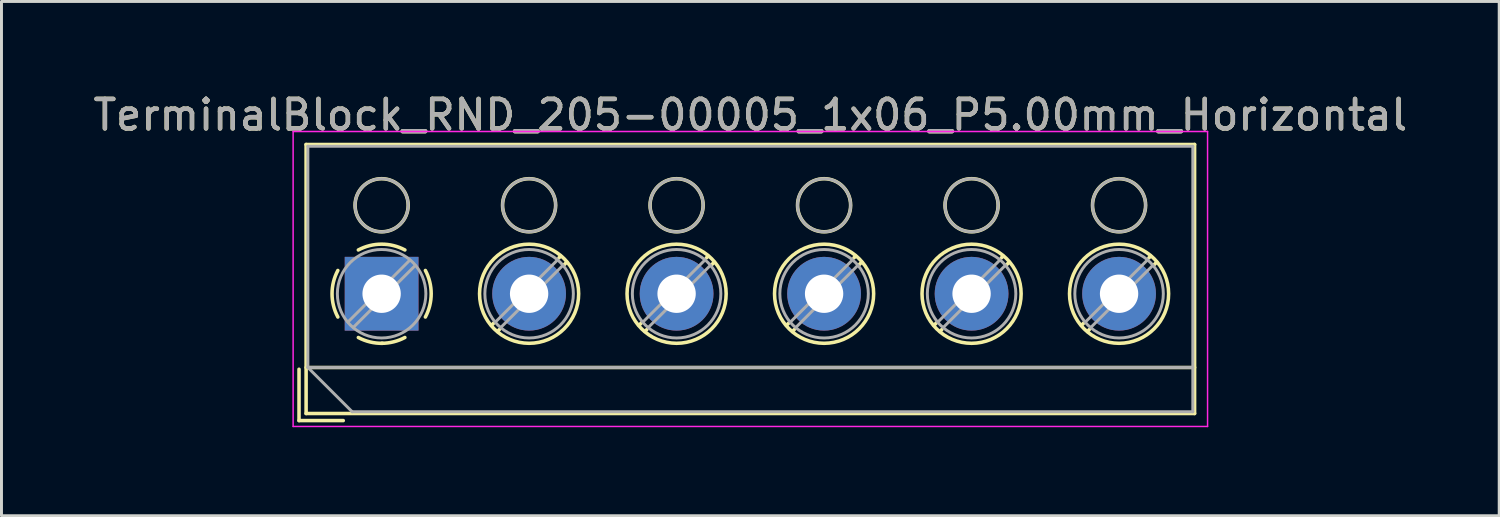
<source format=kicad_pcb>
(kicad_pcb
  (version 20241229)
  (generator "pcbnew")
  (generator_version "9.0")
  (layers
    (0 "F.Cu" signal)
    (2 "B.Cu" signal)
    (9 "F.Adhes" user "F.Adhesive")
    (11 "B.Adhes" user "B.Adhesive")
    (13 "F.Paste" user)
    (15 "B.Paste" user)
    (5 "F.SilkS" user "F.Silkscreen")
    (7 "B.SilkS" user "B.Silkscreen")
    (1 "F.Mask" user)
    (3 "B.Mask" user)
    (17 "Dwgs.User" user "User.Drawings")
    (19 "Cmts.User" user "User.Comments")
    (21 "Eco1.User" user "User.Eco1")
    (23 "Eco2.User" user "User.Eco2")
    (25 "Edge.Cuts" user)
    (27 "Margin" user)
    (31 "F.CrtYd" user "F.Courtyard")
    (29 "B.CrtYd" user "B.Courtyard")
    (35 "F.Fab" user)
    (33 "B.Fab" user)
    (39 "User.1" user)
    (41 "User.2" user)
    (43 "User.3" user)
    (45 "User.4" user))
  (footprint "TerminalBlock_RND_205-00005_1x06_P5.00mm_Horizontal"
    (layer "F.Cu")
    (at 9.887 6.908)
    (property "Reference" "TerminalBlock_RND_205-00005_1x06_P5.00mm_Horizontal" (at 12.5 -6.06 0) (layer "F.SilkS") (effects (font (size 1 1) (thickness 0.15))))
    (attr through_hole)
    (fp_line (start -2.8 2.56) (end -2.8 4.3) (stroke (width 0.12) (type solid)) (layer "F.SilkS"))
    (fp_line (start -2.8 4.3) (end -1.3 4.3) (stroke (width 0.12) (type solid)) (layer "F.SilkS"))
    (fp_line (start -2.56 -5.06) (end -2.56 4.06) (stroke (width 0.12) (type solid)) (layer "F.SilkS"))
    (fp_line (start -2.56 -5.06) (end 27.56 -5.06) (stroke (width 0.12) (type solid)) (layer "F.SilkS"))
    (fp_line (start -2.56 2.5) (end 27.56 2.5) (stroke (width 0.12) (type solid)) (layer "F.SilkS"))
    (fp_line (start -2.56 4.06) (end 27.56 4.06) (stroke (width 0.12) (type solid)) (layer "F.SilkS"))
    (fp_line (start 3.82 0.976) (end 3.726 1.069) (stroke (width 0.12) (type solid)) (layer "F.SilkS"))
    (fp_line (start 3.99 1.216) (end 3.931 1.274) (stroke (width 0.12) (type solid)) (layer "F.SilkS"))
    (fp_line (start 6.07 -1.275) (end 6.011 -1.216) (stroke (width 0.12) (type solid)) (layer "F.SilkS"))
    (fp_line (start 6.275 -1.069) (end 6.181 -0.976) (stroke (width 0.12) (type solid)) (layer "F.SilkS"))
    (fp_line (start 8.82 0.976) (end 8.726 1.069) (stroke (width 0.12) (type solid)) (layer "F.SilkS"))
    (fp_line (start 8.99 1.216) (end 8.931 1.274) (stroke (width 0.12) (type solid)) (layer "F.SilkS"))
    (fp_line (start 11.07 -1.275) (end 11.011 -1.216) (stroke (width 0.12) (type solid)) (layer "F.SilkS"))
    (fp_line (start 11.275 -1.069) (end 11.181 -0.976) (stroke (width 0.12) (type solid)) (layer "F.SilkS"))
    (fp_line (start 13.82 0.976) (end 13.726 1.069) (stroke (width 0.12) (type solid)) (layer "F.SilkS"))
    (fp_line (start 13.99 1.216) (end 13.931 1.274) (stroke (width 0.12) (type solid)) (layer "F.SilkS"))
    (fp_line (start 16.07 -1.275) (end 16.011 -1.216) (stroke (width 0.12) (type solid)) (layer "F.SilkS"))
    (fp_line (start 16.275 -1.069) (end 16.181 -0.976) (stroke (width 0.12) (type solid)) (layer "F.SilkS"))
    (fp_line (start 18.82 0.976) (end 18.726 1.069) (stroke (width 0.12) (type solid)) (layer "F.SilkS"))
    (fp_line (start 18.99 1.216) (end 18.931 1.274) (stroke (width 0.12) (type solid)) (layer "F.SilkS"))
    (fp_line (start 21.07 -1.275) (end 21.011 -1.216) (stroke (width 0.12) (type solid)) (layer "F.SilkS"))
    (fp_line (start 21.275 -1.069) (end 21.181 -0.976) (stroke (width 0.12) (type solid)) (layer "F.SilkS"))
    (fp_line (start 23.82 0.976) (end 23.726 1.069) (stroke (width 0.12) (type solid)) (layer "F.SilkS"))
    (fp_line (start 23.99 1.216) (end 23.931 1.274) (stroke (width 0.12) (type solid)) (layer "F.SilkS"))
    (fp_line (start 26.07 -1.275) (end 26.011 -1.216) (stroke (width 0.12) (type solid)) (layer "F.SilkS"))
    (fp_line (start 26.275 -1.069) (end 26.181 -0.976) (stroke (width 0.12) (type solid)) (layer "F.SilkS"))
    (fp_line (start 27.56 -5.06) (end 27.56 4.06) (stroke (width 0.12) (type solid)) (layer "F.SilkS"))
    (fp_arc (start -1.483953 0.789089) (mid -1.680708 0.00005) (end -1.484 -0.789) (stroke (width 0.12) (type solid)) (layer "F.SilkS"))
    (fp_arc (start -0.789089 -1.483953) (mid -0.00005 -1.680708) (end 0.789 -1.484) (stroke (width 0.12) (type solid)) (layer "F.SilkS"))
    (fp_arc (start 0.029383 1.68045) (mid -0.392304 1.634281) (end -0.789 1.484) (stroke (width 0.12) (type solid)) (layer "F.SilkS"))
    (fp_arc (start 0.788712 1.483352) (mid 0.406429 1.630097) (end 0 1.68) (stroke (width 0.12) (type solid)) (layer "F.SilkS"))
    (fp_arc (start 1.483953 -0.789089) (mid 1.680708 -0.00005) (end 1.484 0.789) (stroke (width 0.12) (type solid)) (layer "F.SilkS"))
    (fp_circle (center 0 -3) (end 0.9 -3) (stroke (width 0.12) (type solid)) (fill no) (layer "F.SilkS"))
    (fp_circle (center 5 -3) (end 5.9 -3) (stroke (width 0.12) (type solid)) (fill no) (layer "F.SilkS"))
    (fp_circle (center 5 0) (end 6.68 0) (stroke (width 0.12) (type solid)) (fill no) (layer "F.SilkS"))
    (fp_circle (center 10 -3) (end 10.9 -3) (stroke (width 0.12) (type solid)) (fill no) (layer "F.SilkS"))
    (fp_circle (center 10 0) (end 11.68 0) (stroke (width 0.12) (type solid)) (fill no) (layer "F.SilkS"))
    (fp_circle (center 15 -3) (end 15.9 -3) (stroke (width 0.12) (type solid)) (fill no) (layer "F.SilkS"))
    (fp_circle (center 15 0) (end 16.68 0) (stroke (width 0.12) (type solid)) (fill no) (layer "F.SilkS"))
    (fp_circle (center 20 -3) (end 20.9 -3) (stroke (width 0.12) (type solid)) (fill no) (layer "F.SilkS"))
    (fp_circle (center 20 0) (end 21.68 0) (stroke (width 0.12) (type solid)) (fill no) (layer "F.SilkS"))
    (fp_circle (center 25 -3) (end 25.9 -3) (stroke (width 0.12) (type solid)) (fill no) (layer "F.SilkS"))
    (fp_circle (center 25 0) (end 26.68 0) (stroke (width 0.12) (type solid)) (fill no) (layer "F.SilkS"))
    (fp_line (start -3 -5.5) (end -3 4.5) (stroke (width 0.05) (type solid)) (layer "F.CrtYd"))
    (fp_line (start -3 4.5) (end 28 4.5) (stroke (width 0.05) (type solid)) (layer "F.CrtYd"))
    (fp_line (start 28 -5.5) (end -3 -5.5) (stroke (width 0.05) (type solid)) (layer "F.CrtYd"))
    (fp_line (start 28 4.5) (end 28 -5.5) (stroke (width 0.05) (type solid)) (layer "F.CrtYd"))
    (fp_line (start -2.5 -5) (end 27.5 -5) (stroke (width 0.1) (type solid)) (layer "F.Fab"))
    (fp_line (start -2.5 2.5) (end -2.5 -5) (stroke (width 0.1) (type solid)) (layer "F.Fab"))
    (fp_line (start -2.5 2.5) (end 27.5 2.5) (stroke (width 0.1) (type solid)) (layer "F.Fab"))
    (fp_line (start -1 4) (end -2.5 2.5) (stroke (width 0.1) (type solid)) (layer "F.Fab"))
    (fp_line (start 0.955 -1.138) (end -1.138 0.955) (stroke (width 0.1) (type solid)) (layer "F.Fab"))
    (fp_line (start 1.138 -0.955) (end -0.955 1.138) (stroke (width 0.1) (type solid)) (layer "F.Fab"))
    (fp_line (start 5.955 -1.138) (end 3.863 0.955) (stroke (width 0.1) (type solid)) (layer "F.Fab"))
    (fp_line (start 6.138 -0.955) (end 4.046 1.138) (stroke (width 0.1) (type solid)) (layer "F.Fab"))
    (fp_line (start 10.955 -1.138) (end 8.863 0.955) (stroke (width 0.1) (type solid)) (layer "F.Fab"))
    (fp_line (start 11.138 -0.955) (end 9.046 1.138) (stroke (width 0.1) (type solid)) (layer "F.Fab"))
    (fp_line (start 15.955 -1.138) (end 13.863 0.955) (stroke (width 0.1) (type solid)) (layer "F.Fab"))
    (fp_line (start 16.138 -0.955) (end 14.046 1.138) (stroke (width 0.1) (type solid)) (layer "F.Fab"))
    (fp_line (start 20.955 -1.138) (end 18.863 0.955) (stroke (width 0.1) (type solid)) (layer "F.Fab"))
    (fp_line (start 21.138 -0.955) (end 19.046 1.138) (stroke (width 0.1) (type solid)) (layer "F.Fab"))
    (fp_line (start 25.955 -1.138) (end 23.863 0.955) (stroke (width 0.1) (type solid)) (layer "F.Fab"))
    (fp_line (start 26.138 -0.955) (end 24.046 1.138) (stroke (width 0.1) (type solid)) (layer "F.Fab"))
    (fp_line (start 27.5 -5) (end 27.5 4) (stroke (width 0.1) (type solid)) (layer "F.Fab"))
    (fp_line (start 27.5 4) (end -1 4) (stroke (width 0.1) (type solid)) (layer "F.Fab"))
    (fp_circle (center 0 -3) (end 0.9 -3) (stroke (width 0.1) (type solid)) (fill no) (layer "F.Fab"))
    (fp_circle (center 0 0) (end 1.5 0) (stroke (width 0.1) (type solid)) (fill no) (layer "F.Fab"))
    (fp_circle (center 5 -3) (end 5.9 -3) (stroke (width 0.1) (type solid)) (fill no) (layer "F.Fab"))
    (fp_circle (center 5 0) (end 6.5 0) (stroke (width 0.1) (type solid)) (fill no) (layer "F.Fab"))
    (fp_circle (center 10 -3) (end 10.9 -3) (stroke (width 0.1) (type solid)) (fill no) (layer "F.Fab"))
    (fp_circle (center 10 0) (end 11.5 0) (stroke (width 0.1) (type solid)) (fill no) (layer "F.Fab"))
    (fp_circle (center 15 -3) (end 15.9 -3) (stroke (width 0.1) (type solid)) (fill no) (layer "F.Fab"))
    (fp_circle (center 15 0) (end 16.5 0) (stroke (width 0.1) (type solid)) (fill no) (layer "F.Fab"))
    (fp_circle (center 20 -3) (end 20.9 -3) (stroke (width 0.1) (type solid)) (fill no) (layer "F.Fab"))
    (fp_circle (center 20 0) (end 21.5 0) (stroke (width 0.1) (type solid)) (fill no) (layer "F.Fab"))
    (fp_circle (center 25 -3) (end 25.9 -3) (stroke (width 0.1) (type solid)) (fill no) (layer "F.Fab"))
    (fp_circle (center 25 0) (end 26.5 0) (stroke (width 0.1) (type solid)) (fill no) (layer "F.Fab"))
    (fp_text user "${REFERENCE}" (at 12.5 -6.06 0) (layer "F.Fab") (effects (font (size 1 1) (thickness 0.15))))
    (pad "1" thru_hole rect (at 0 0) (size 2.5 2.5) (drill 1.3) (layers "*.Cu" "*.Mask"))
    (pad "2" thru_hole circle (at 5 0) (size 2.5 2.5) (drill 1.3) (layers "*.Cu" "*.Mask"))
    (pad "3" thru_hole circle (at 10 0) (size 2.5 2.5) (drill 1.3) (layers "*.Cu" "*.Mask"))
    (pad "4" thru_hole circle (at 15 0) (size 2.5 2.5) (drill 1.3) (layers "*.Cu" "*.Mask"))
    (pad "5" thru_hole circle (at 20 0) (size 2.5 2.5) (drill 1.3) (layers "*.Cu" "*.Mask"))
    (pad "6" thru_hole circle (at 25 0) (size 2.5 2.5) (drill 1.3) (layers "*.Cu" "*.Mask")))
  (gr_rect
    (start -3 -3)
    (end 47.774 14.433)
    (stroke (width 0.1) (type default))
    (fill no)
    (layer "Edge.Cuts")))
</source>
